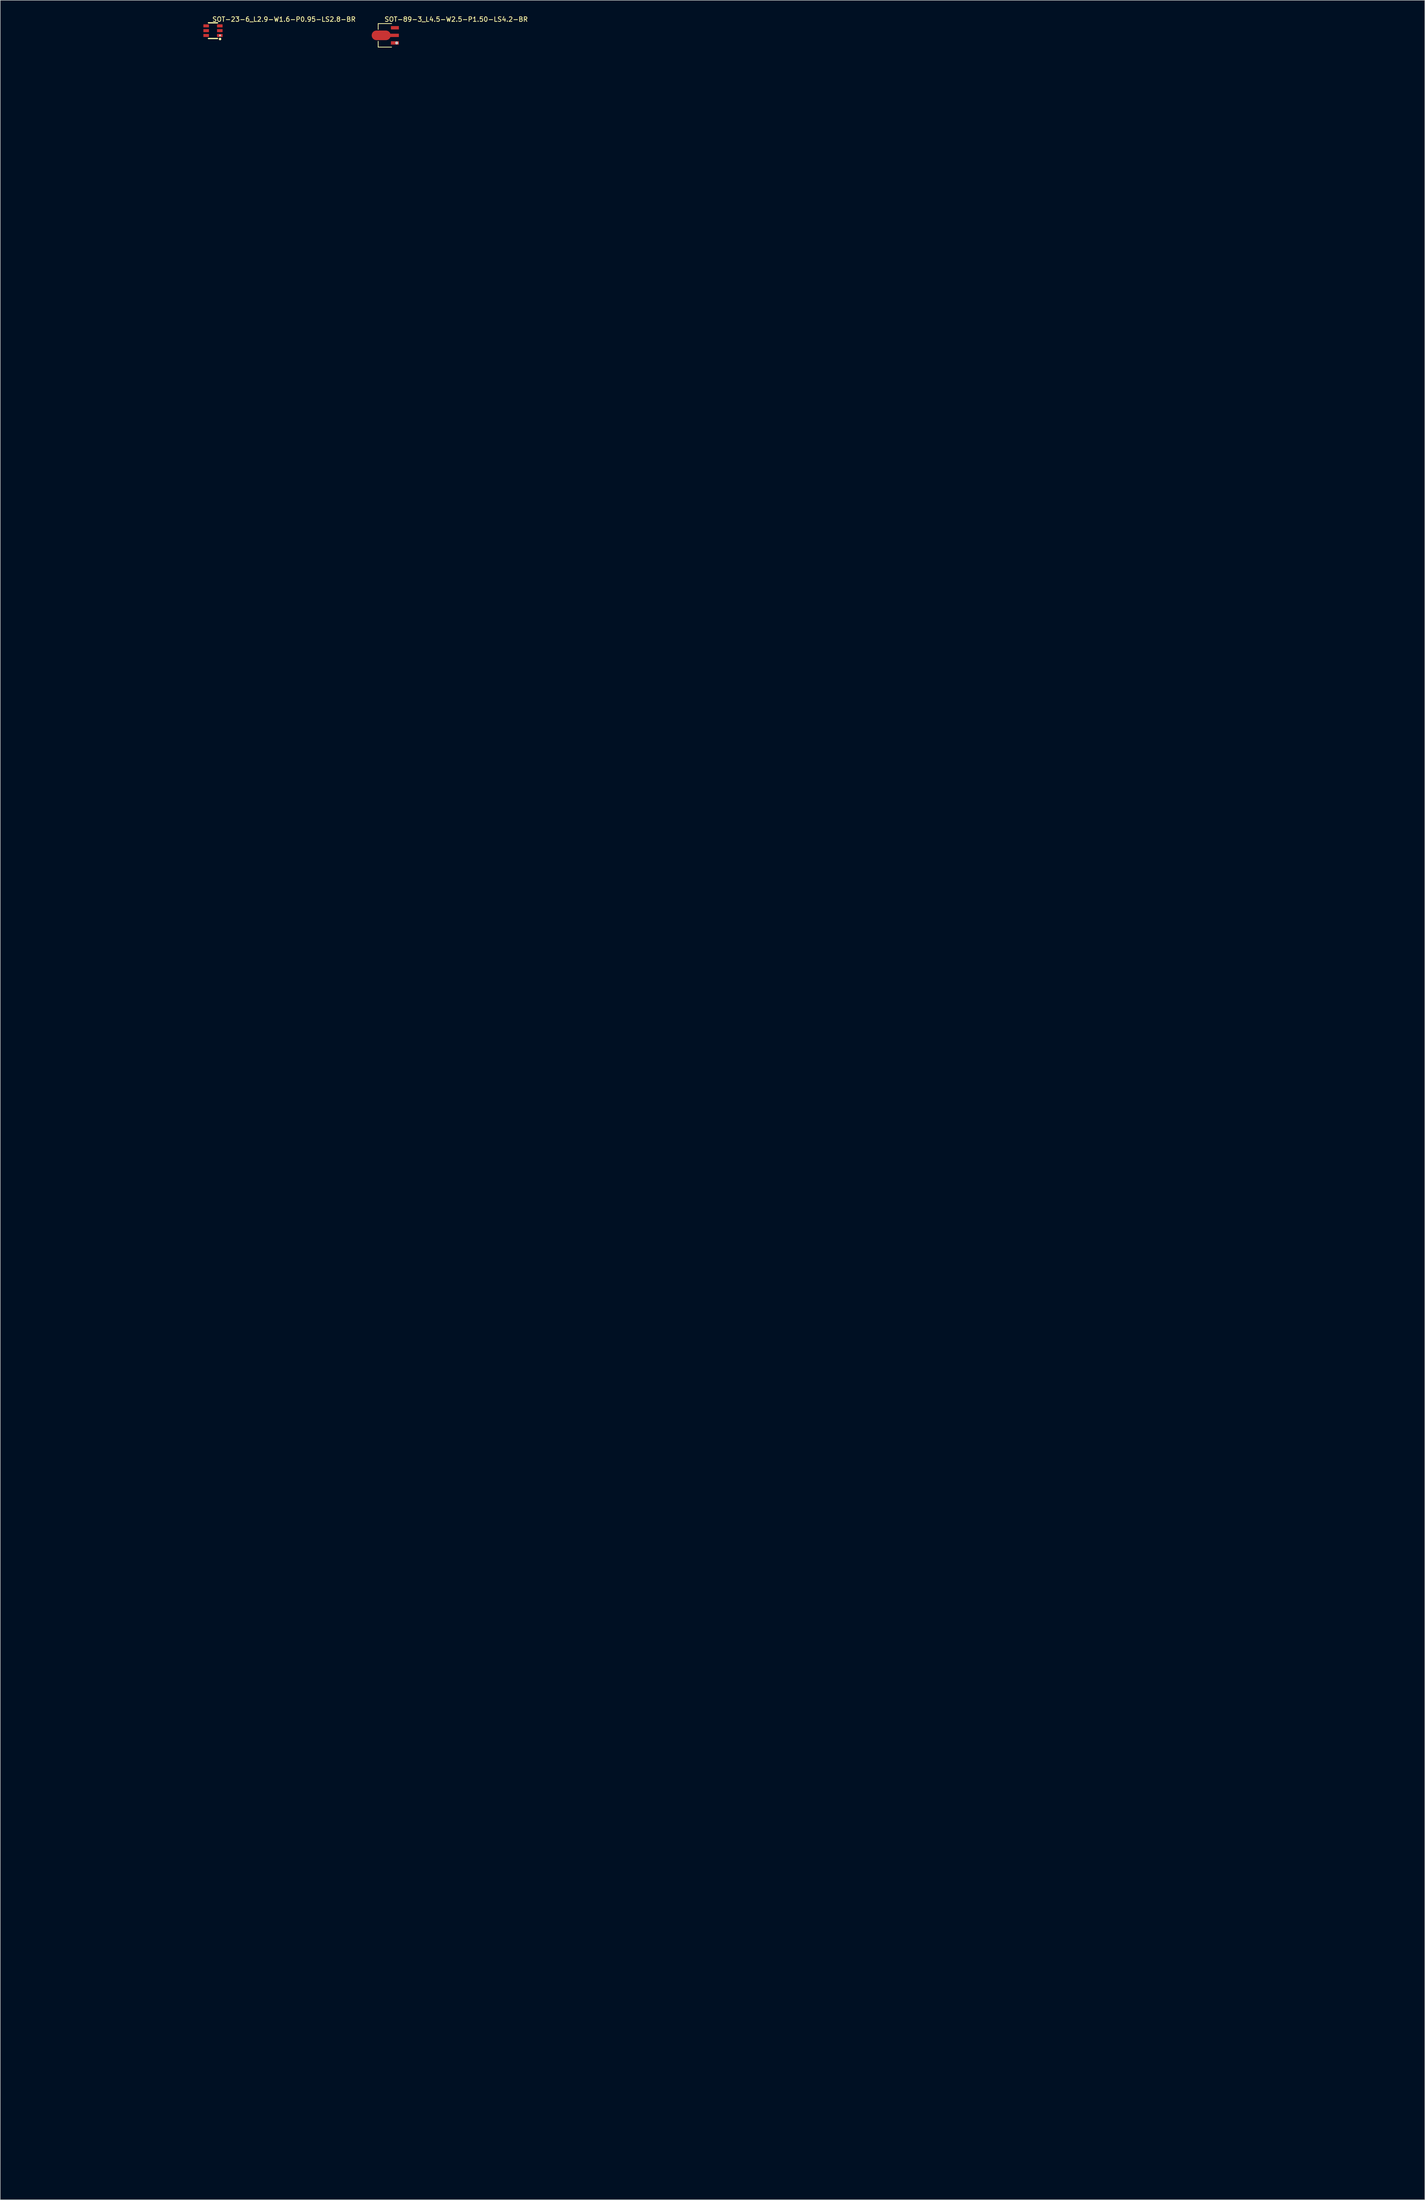
<source format=kicad_pcb>
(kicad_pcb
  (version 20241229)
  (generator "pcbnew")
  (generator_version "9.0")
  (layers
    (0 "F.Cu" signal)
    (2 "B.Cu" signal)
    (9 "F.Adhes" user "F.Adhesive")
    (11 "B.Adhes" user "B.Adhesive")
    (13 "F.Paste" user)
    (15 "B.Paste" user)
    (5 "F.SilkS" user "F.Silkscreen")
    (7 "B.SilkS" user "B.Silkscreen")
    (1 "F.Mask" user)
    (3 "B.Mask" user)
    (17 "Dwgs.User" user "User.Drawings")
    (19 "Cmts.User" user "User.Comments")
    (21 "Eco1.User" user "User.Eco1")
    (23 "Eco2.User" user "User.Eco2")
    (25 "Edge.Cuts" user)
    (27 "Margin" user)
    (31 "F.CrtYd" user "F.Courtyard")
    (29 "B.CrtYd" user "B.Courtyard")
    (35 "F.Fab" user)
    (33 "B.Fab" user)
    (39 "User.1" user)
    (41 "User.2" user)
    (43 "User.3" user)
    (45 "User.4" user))
  (footprint "SOT-23-6_L2.9-W1.6-P0.95-LS2.8-BR"
    (layer "F.Cu")
    (at 39.093 3.015)
    (property "Reference" "SOT-23-6_L2.9-W1.6-P0.95-LS2.8-BR" (at -0.216 -2.782 0) (layer "F.SilkS") (effects (font (size 0.914 0.914) (thickness 0.152)) (justify left top)))
    (fp_line (start -0.9 -1.55) (end 0.9 -1.55) (stroke (width 0.254) (type default)) (layer "F.SilkS"))
    (fp_line (start -0.9 1.55) (end 0.9 1.55) (stroke (width 0.254) (type default)) (layer "F.SilkS"))
    (fp_circle (center 1.397 1.651) (end 1.524 1.651) (stroke (width 0.254) (type default)) (fill no) (layer "F.SilkS"))
    (fp_circle (center 1.4 0.95) (end 1.5 0.95) (stroke (width 0.2) (type default)) (fill no) (layer "Dwgs.User"))
    (fp_circle (center 1.4 1.45) (end 1.43 1.45) (stroke (width 0.06) (type default)) (fill no) (layer "User.5"))
    (pad "1" smd rect (at 1.35 0.95) (size 1.1 0.6) (layers "F.Cu" "F.Mask" "F.Paste"))
    (pad "2" smd rect (at 1.35 0) (size 1.1 0.6) (layers "F.Cu" "F.Mask" "F.Paste"))
    (pad "3" smd rect (at 1.35 -0.95) (size 1.1 0.6) (layers "F.Cu" "F.Mask" "F.Paste"))
    (pad "4" smd rect (at -1.35 -0.95) (size 1.1 0.6) (layers "F.Cu" "F.Mask" "F.Paste"))
    (pad "5" smd rect (at -1.35 0) (size 1.1 0.6) (layers "F.Cu" "F.Mask" "F.Paste"))
    (pad "6" smd rect (at -1.35 0.95) (size 1.1 0.6) (layers "F.Cu" "F.Mask" "F.Paste"))
    (zone (net_name "") (layer "User.3") (hatch edge 0.5) (priority 100) (connect_pads yes) (min_thickness 0) (filled_areas_thickness no) (fill yes) (polygon (pts (xy 0.6 328.641) (xy 0.6 325.741) (xy 2.2 325.741) (xy 2.2 328.641))) (filled_polygon (layer "User.3") (island) (pts (xy 0.6 328.641) (xy 0.6 325.741) (xy 2.2 325.741) (xy 2.2 328.641))))
    (zone (net_name "") (layer "User.4") (hatch edge 0.5) (priority 100) (connect_pads) (min_thickness 0) (filled_areas_thickness no) (keepout (tracks allowed) (vias allowed) (pads allowed) (copperpour not_allowed) (footprints allowed)) (placement (enabled no)) (fill) (polygon (pts (xy 0.465 326.456) (xy 0.465 326.026) (xy 0.61 326.026) (xy 0.61 326.456))))
    (zone (net_name "") (layer "User.4") (hatch edge 0.5) (priority 100) (connect_pads) (min_thickness 0) (filled_areas_thickness no) (keepout (tracks allowed) (vias allowed) (pads allowed) (copperpour not_allowed) (footprints allowed)) (placement (enabled no)) (fill) (polygon (pts (xy 0.465 327.406) (xy 0.465 326.976) (xy 0.61 326.976) (xy 0.61 327.406))))
    (zone (net_name "") (layer "User.4") (hatch edge 0.5) (priority 100) (connect_pads) (min_thickness 0) (filled_areas_thickness no) (keepout (tracks allowed) (vias allowed) (pads allowed) (copperpour not_allowed) (footprints allowed)) (placement (enabled no)) (fill) (polygon (pts (xy 0.465 328.356) (xy 0.465 327.926) (xy 0.61 327.926) (xy 0.61 328.356))))
    (zone (net_name "") (layer "User.4") (hatch edge 0.5) (priority 100) (connect_pads yes) (min_thickness 0) (filled_areas_thickness no) (fill yes) (polygon (pts (xy 0.475 326.456) (xy 0.475 326.026) (xy 0 326.026) (xy 0 326.456))) (filled_polygon (layer "User.4") (island) (pts (xy 0.475 326.456) (xy 0.475 326.026) (xy 0 326.026) (xy 0 326.456))))
    (zone (net_name "") (layer "User.4") (hatch edge 0.5) (priority 100) (connect_pads yes) (min_thickness 0) (filled_areas_thickness no) (fill yes) (polygon (pts (xy 0.475 327.406) (xy 0.475 326.976) (xy 0 326.976) (xy 0 327.406))) (filled_polygon (layer "User.4") (island) (pts (xy 0.475 327.406) (xy 0.475 326.976) (xy 0 326.976) (xy 0 327.406))))
    (zone (net_name "") (layer "User.4") (hatch edge 0.5) (priority 100) (connect_pads yes) (min_thickness 0) (filled_areas_thickness no) (fill yes) (polygon (pts (xy 0.475 328.356) (xy 0.475 327.926) (xy 0 327.926) (xy 0 328.356))) (filled_polygon (layer "User.4") (island) (pts (xy 0.475 328.356) (xy 0.475 327.926) (xy 0 327.926) (xy 0 328.356))))
    (zone (net_name "") (layer "User.4") (hatch edge 0.5) (priority 100) (connect_pads yes) (min_thickness 0) (filled_areas_thickness no) (fill yes) (polygon (pts (xy 2.325 326.456) (xy 2.325 326.026) (xy 2.8 326.026) (xy 2.8 326.456))) (filled_polygon (layer "User.4") (island) (pts (xy 2.325 326.456) (xy 2.325 326.026) (xy 2.8 326.026) (xy 2.8 326.456))))
    (zone (net_name "") (layer "User.4") (hatch edge 0.5) (priority 100) (connect_pads yes) (min_thickness 0) (filled_areas_thickness no) (fill yes) (polygon (pts (xy 2.325 327.406) (xy 2.325 326.976) (xy 2.8 326.976) (xy 2.8 327.406))) (filled_polygon (layer "User.4") (island) (pts (xy 2.325 327.406) (xy 2.325 326.976) (xy 2.8 326.976) (xy 2.8 327.406))))
    (zone (net_name "") (layer "User.4") (hatch edge 0.5) (priority 100) (connect_pads yes) (min_thickness 0) (filled_areas_thickness no) (fill yes) (polygon (pts (xy 2.325 328.356) (xy 2.325 327.926) (xy 2.8 327.926) (xy 2.8 328.356))) (filled_polygon (layer "User.4") (island) (pts (xy 2.325 328.356) (xy 2.325 327.926) (xy 2.8 327.926) (xy 2.8 328.356))))
    (zone (net_name "") (layer "User.4") (hatch edge 0.5) (priority 100) (connect_pads) (min_thickness 0) (filled_areas_thickness no) (keepout (tracks allowed) (vias allowed) (pads allowed) (copperpour not_allowed) (footprints allowed)) (placement (enabled no)) (fill) (polygon (pts (xy 2.335 326.026) (xy 2.335 326.456) (xy 2.19 326.456) (xy 2.19 326.026))))
    (zone (net_name "") (layer "User.4") (hatch edge 0.5) (priority 100) (connect_pads) (min_thickness 0) (filled_areas_thickness no) (keepout (tracks allowed) (vias allowed) (pads allowed) (copperpour not_allowed) (footprints allowed)) (placement (enabled no)) (fill) (polygon (pts (xy 2.335 326.976) (xy 2.335 327.406) (xy 2.19 327.406) (xy 2.19 326.976))))
    (zone (net_name "") (layer "User.4") (hatch edge 0.5) (priority 100) (connect_pads) (min_thickness 0) (filled_areas_thickness no) (keepout (tracks allowed) (vias allowed) (pads allowed) (copperpour not_allowed) (footprints allowed)) (placement (enabled no)) (fill) (polygon (pts (xy 2.335 327.926) (xy 2.335 328.356) (xy 2.19 328.356) (xy 2.19 327.926)))))
  (footprint "SOT-89-3_L4.5-W2.5-P1.50-LS4.2-BR"
    (layer "F.Cu")
    (at 73.731 3.942)
    (property "Reference" "SOT-89-3_L4.5-W2.5-P1.50-LS4.2-BR" (at -0.782 -3.708 0) (layer "F.SilkS") (effects (font (size 0.914 0.914) (thickness 0.152)) (justify left top)))
    (fp_line (start -1.95 -2.326) (end -1.95 -1.177) (stroke (width 0.152) (type default)) (layer "F.SilkS"))
    (fp_line (start -1.95 2.326) (end -1.95 1.177) (stroke (width 0.152) (type default)) (layer "F.SilkS"))
    (fp_line (start 0.703 -2.326) (end -1.95 -2.326) (stroke (width 0.152) (type default)) (layer "F.SilkS"))
    (fp_line (start 0.703 2.326) (end -1.95 2.326) (stroke (width 0.152) (type default)) (layer "F.SilkS"))
    (fp_circle (center 1.715 1.5) (end 1.865 1.5) (stroke (width 0.3) (type default)) (fill no) (layer "Dwgs.User"))
    (fp_circle (center 1.724 2.25) (end 1.754 2.25) (stroke (width 0.06) (type default)) (fill no) (layer "User.5"))
    (pad "1" smd rect (at 1.356 1.5) (size 1.575 0.672) (layers "F.Cu" "F.Mask" "F.Paste"))
    (pad "2" smd custom (at -1.356 0.0001 90) (size 0.000001 0.000001) (layers "F.Cu" "F.Mask" "F.Paste") (options (anchor circle)) (primitives (gr_poly (pts (xy 0.95 -0.927) (xy 0.95 0.927) (xy 0.949 0.972) (xy 0.946 1.016) (xy 0.941 1.06) (xy 0.933 1.104) (xy 0.924 1.148) (xy 0.913 1.191) (xy 0.899 1.233) (xy 0.884 1.275) (xy 0.867 1.316) (xy 0.847 1.357) (xy 0.826 1.396) (xy 0.803 1.434) (xy 0.779 1.471) (xy 0.752 1.507) (xy 0.725 1.542) (xy 0.695 1.575) (xy 0.664 1.607) (xy 0.631 1.637) (xy 0.597 1.666) (xy 0.562 1.693) (xy 0.525 1.719) (xy 0.488 1.742) (xy 0.449 1.764) (xy 0.409 1.784) (xy 0.33 1.803) (xy 0.33 3.5) (xy -0.33 3.5) (xy -0.33 1.803) (xy -0.409 1.784) (xy -0.449 1.764) (xy -0.488 1.742) (xy -0.526 1.719) (xy -0.562 1.693) (xy -0.597 1.666) (xy -0.631 1.637) (xy -0.664 1.607) (xy -0.695 1.575) (xy -0.725 1.542) (xy -0.753 1.507) (xy -0.779 1.471) (xy -0.804 1.434) (xy -0.827 1.396) (xy -0.848 1.357) (xy -0.867 1.316) (xy -0.884 1.275) (xy -0.899 1.233) (xy -0.913 1.191) (xy -0.924 1.148) (xy -0.933 1.104) (xy -0.941 1.06) (xy -0.946 1.016) (xy -0.949 0.972) (xy -0.95 0.927) (xy -0.95 -0.927) (xy -0.949 -0.972) (xy -0.946 -1.016) (xy -0.941 -1.06) (xy -0.933 -1.104) (xy -0.924 -1.148) (xy -0.913 -1.191) (xy -0.899 -1.233) (xy -0.884 -1.275) (xy -0.867 -1.316) (xy -0.848 -1.356) (xy -0.827 -1.396) (xy -0.804 -1.434) (xy -0.779 -1.471) (xy -0.753 -1.507) (xy -0.725 -1.541) (xy -0.695 -1.575) (xy -0.664 -1.607) (xy -0.631 -1.637) (xy -0.597 -1.666) (xy -0.562 -1.693) (xy -0.526 -1.718) (xy -0.488 -1.742) (xy -0.449 -1.764) (xy -0.409 -1.784) (xy -0.369 -1.802) (xy -0.327 -1.819) (xy -0.285 -1.833) (xy -0.242 -1.846) (xy -0.199 -1.856) (xy -0.155 -1.864) (xy -0.111 -1.871) (xy -0.067 -1.875) (xy -0.022 -1.877) (xy 0.022 -1.877) (xy 0.067 -1.875) (xy 0.111 -1.871) (xy 0.155 -1.864) (xy 0.199 -1.856) (xy 0.242 -1.846) (xy 0.285 -1.833) (xy 0.327 -1.819) (xy 0.369 -1.802) (xy 0.409 -1.784) (xy 0.449 -1.764) (xy 0.488 -1.742) (xy 0.525 -1.718) (xy 0.562 -1.693) (xy 0.597 -1.666) (xy 0.631 -1.637) (xy 0.664 -1.607) (xy 0.695 -1.575) (xy 0.725 -1.541) (xy 0.752 -1.507) (xy 0.779 -1.471) (xy 0.803 -1.434) (xy 0.826 -1.396) (xy 0.847 -1.356) (xy 0.867 -1.316) (xy 0.884 -1.275) (xy 0.899 -1.233) (xy 0.913 -1.191) (xy 0.924 -1.148) (xy 0.933 -1.104) (xy 0.941 -1.06) (xy 0.946 -1.016) (xy 0.949 -0.972)) (width 0) (fill yes))))
    (pad "3" smd rect (at 1.356 -1.5) (size 1.575 0.672) (layers "F.Cu" "F.Mask" "F.Paste"))
    (zone (net_name "") (layer "User.3") (hatch edge 0.5) (priority 100) (connect_pads yes) (min_thickness 0) (filled_areas_thickness no) (fill yes) (polygon (pts (xy 272.276 429.073) (xy 272.276 424.573) (xy 274.776 424.573) (xy 274.776 429.073))) (filled_polygon (layer "User.3") (island) (pts (xy 272.276 429.073) (xy 272.276 424.573) (xy 274.776 424.573) (xy 274.776 429.073))))
    (zone (net_name "") (layer "User.4") (hatch edge 0.5) (priority 100) (connect_pads yes) (min_thickness 0) (filled_areas_thickness no) (fill yes) (polygon (pts (xy 274.774 425.073) (xy 275.874 425.073) (xy 275.874 425.573) (xy 274.774 425.573))) (filled_polygon (layer "User.4") (island) (pts (xy 274.774 425.073) (xy 275.874 425.073) (xy 275.874 425.573) (xy 274.774 425.573))))
    (zone (net_name "") (layer "User.4") (hatch edge 0.5) (priority 100) (connect_pads yes) (min_thickness 0) (filled_areas_thickness no) (fill yes) (polygon (pts (xy 274.774 428.073) (xy 275.874 428.073) (xy 275.874 428.573) (xy 274.774 428.573))) (filled_polygon (layer "User.4") (island) (pts (xy 274.774 428.073) (xy 275.874 428.073) (xy 275.874 428.573) (xy 274.774 428.573))))
    (zone (net_name "") (layer "User.4") (hatch edge 0.5) (priority 100) (connect_pads yes) (min_thickness 0) (filled_areas_thickness no) (fill yes) (polygon (pts (xy 274.589 427.083) (xy 275.874 427.083) (xy 275.874 426.563) (xy 274.589 426.563) (xy 274.014 425.96) (xy 272.15 425.96) (xy 271.679 426.535) (xy 271.679 427.11) (xy 272.15 427.685) (xy 274.014 427.685))) (filled_polygon (layer "User.4") (island) (pts (xy 274.589 427.083) (xy 275.874 427.083) (xy 275.874 426.563) (xy 274.589 426.563) (xy 274.014 425.96) (xy 272.15 425.96) (xy 271.679 426.535) (xy 271.679 427.11) (xy 272.15 427.685) (xy 274.014 427.685)))))
  (gr_rect
    (start -3 -3)
    (end 278.874 432.073)
    (stroke (width 0.1) (type default))
    (fill no)
    (layer "Edge.Cuts")))
</source>
